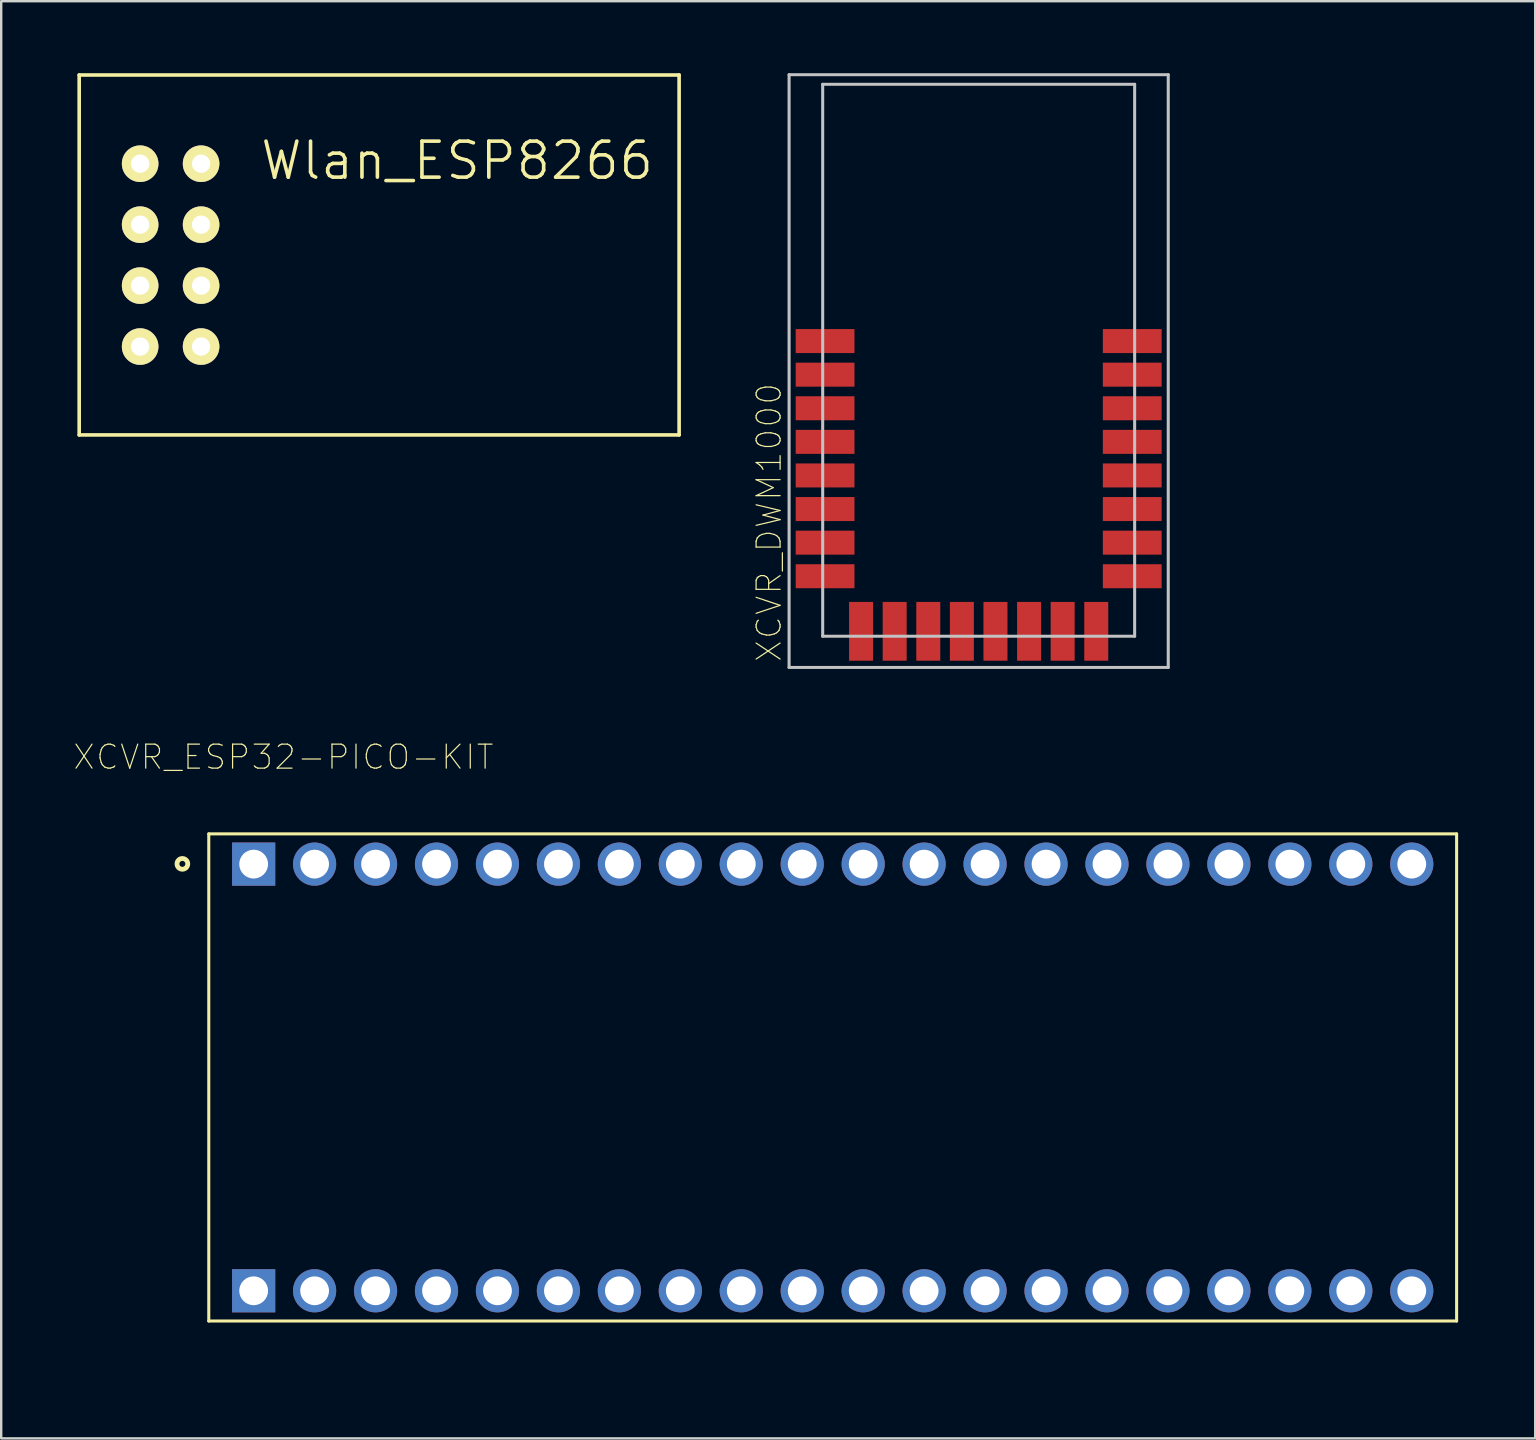
<source format=kicad_pcb>
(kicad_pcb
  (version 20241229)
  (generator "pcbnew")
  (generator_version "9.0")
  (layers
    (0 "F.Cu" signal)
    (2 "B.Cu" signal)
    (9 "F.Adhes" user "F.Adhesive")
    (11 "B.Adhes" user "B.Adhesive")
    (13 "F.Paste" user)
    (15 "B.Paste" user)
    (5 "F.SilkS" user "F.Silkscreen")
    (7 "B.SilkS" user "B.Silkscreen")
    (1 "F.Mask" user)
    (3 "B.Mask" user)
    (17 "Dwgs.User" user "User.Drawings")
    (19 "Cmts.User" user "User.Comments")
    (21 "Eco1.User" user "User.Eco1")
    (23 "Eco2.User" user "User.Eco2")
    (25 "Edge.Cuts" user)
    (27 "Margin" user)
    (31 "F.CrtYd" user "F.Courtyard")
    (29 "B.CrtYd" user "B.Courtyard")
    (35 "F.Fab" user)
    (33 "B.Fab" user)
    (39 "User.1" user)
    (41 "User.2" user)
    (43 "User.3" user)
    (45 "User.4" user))
  (footprint "XCVR_ESP32-PICO-KIT"
    (layer "F.Cu")
    (at 31.65 41.849)
    (property "Reference" "XCVR_ESP32-PICO-KIT" (at -22.889 -13.35 0) (layer "F.SilkS") (effects (font (size 1 1) (thickness 0.05))))
    (attr through_hole)
    (fp_line (start -26 -10.15) (end 26 -10.15) (stroke (width 0.127) (type solid)) (layer "F.SilkS"))
    (fp_line (start -26 10.15) (end -26 -10.15) (stroke (width 0.127) (type solid)) (layer "F.SilkS"))
    (fp_line (start 26 -10.15) (end 26 10.15) (stroke (width 0.127) (type solid)) (layer "F.SilkS"))
    (fp_line (start 26 10.15) (end -26 10.15) (stroke (width 0.127) (type solid)) (layer "F.SilkS"))
    (fp_circle (center -27.1 -8.9) (end -26.876 -8.9) (stroke (width 0.2) (type solid)) (fill no) (layer "F.SilkS"))
    (fp_line (start -26.25 -10.4) (end 26.25 -10.4) (stroke (width 0.05) (type solid)) (layer "Eco1.User"))
    (fp_line (start -26.25 10.4) (end -26.25 -10.4) (stroke (width 0.05) (type solid)) (layer "Eco1.User"))
    (fp_line (start 26.25 -10.4) (end 26.25 10.4) (stroke (width 0.05) (type solid)) (layer "Eco1.User"))
    (fp_line (start 26.25 10.4) (end -26.25 10.4) (stroke (width 0.05) (type solid)) (layer "Eco1.User"))
    (fp_line (start -26 -10.15) (end 26 -10.15) (stroke (width 0.127) (type solid)) (layer "Eco2.User"))
    (fp_line (start -26 10.15) (end -26 -10.15) (stroke (width 0.127) (type solid)) (layer "Eco2.User"))
    (fp_line (start 26 -10.15) (end 26 10.15) (stroke (width 0.127) (type solid)) (layer "Eco2.User"))
    (fp_line (start 26 10.15) (end -26 10.15) (stroke (width 0.127) (type solid)) (layer "Eco2.User"))
    (fp_text user "" (at -25.941 11.953 0) (layer "F.SilkS") (effects (font (size 1 1) (thickness 0.05))))
    (fp_text user "" (at -25.922 -10.505 0) (layer "F.SilkS") (effects (font (size 1 1) (thickness 0.05))))
    (fp_text user "" (at 23.506 11.944 0) (layer "F.SilkS") (effects (font (size 1 1) (thickness 0.05))))
    (fp_text user "" (at 23 -10.506 0) (layer "F.SilkS") (effects (font (size 1 1) (thickness 0.05))))
    (pad "J2_1" thru_hole rect (at -24.13 -8.89) (size 1.8 1.8) (drill 1.2) (layers "*.Cu" "*.Mask"))
    (pad "J2_2" thru_hole circle (at -21.59 -8.89) (size 1.8 1.8) (drill 1.2) (layers "*.Cu" "*.Mask"))
    (pad "J2_3" thru_hole circle (at -19.05 -8.89) (size 1.8 1.8) (drill 1.2) (layers "*.Cu" "*.Mask"))
    (pad "J2_4" thru_hole circle (at -16.51 -8.89) (size 1.8 1.8) (drill 1.2) (layers "*.Cu" "*.Mask"))
    (pad "J2_5" thru_hole circle (at -13.97 -8.89) (size 1.8 1.8) (drill 1.2) (layers "*.Cu" "*.Mask"))
    (pad "J2_6" thru_hole circle (at -11.43 -8.89) (size 1.8 1.8) (drill 1.2) (layers "*.Cu" "*.Mask"))
    (pad "J2_7" thru_hole circle (at -8.89 -8.89) (size 1.8 1.8) (drill 1.2) (layers "*.Cu" "*.Mask"))
    (pad "J2_8" thru_hole circle (at -6.35 -8.89) (size 1.8 1.8) (drill 1.2) (layers "*.Cu" "*.Mask"))
    (pad "J2_9" thru_hole circle (at -3.81 -8.89) (size 1.8 1.8) (drill 1.2) (layers "*.Cu" "*.Mask"))
    (pad "J2_10" thru_hole circle (at -1.27 -8.89) (size 1.8 1.8) (drill 1.2) (layers "*.Cu" "*.Mask"))
    (pad "J2_11" thru_hole circle (at 1.27 -8.89) (size 1.8 1.8) (drill 1.2) (layers "*.Cu" "*.Mask"))
    (pad "J2_12" thru_hole circle (at 3.81 -8.89) (size 1.8 1.8) (drill 1.2) (layers "*.Cu" "*.Mask"))
    (pad "J2_13" thru_hole circle (at 6.35 -8.89) (size 1.8 1.8) (drill 1.2) (layers "*.Cu" "*.Mask"))
    (pad "J2_14" thru_hole circle (at 8.89 -8.89) (size 1.8 1.8) (drill 1.2) (layers "*.Cu" "*.Mask"))
    (pad "J2_15" thru_hole circle (at 11.43 -8.89) (size 1.8 1.8) (drill 1.2) (layers "*.Cu" "*.Mask"))
    (pad "J2_16" thru_hole circle (at 13.97 -8.89) (size 1.8 1.8) (drill 1.2) (layers "*.Cu" "*.Mask"))
    (pad "J2_17" thru_hole circle (at 16.51 -8.89) (size 1.8 1.8) (drill 1.2) (layers "*.Cu" "*.Mask"))
    (pad "J2_18" thru_hole circle (at 19.05 -8.89) (size 1.8 1.8) (drill 1.2) (layers "*.Cu" "*.Mask"))
    (pad "J2_19" thru_hole circle (at 21.59 -8.89) (size 1.8 1.8) (drill 1.2) (layers "*.Cu" "*.Mask"))
    (pad "J2_20" thru_hole circle (at 24.13 -8.89) (size 1.8 1.8) (drill 1.2) (layers "*.Cu" "*.Mask"))
    (pad "J3_1" thru_hole rect (at -24.13 8.89) (size 1.8 1.8) (drill 1.2) (layers "*.Cu" "*.Mask"))
    (pad "J3_2" thru_hole circle (at -21.59 8.89) (size 1.8 1.8) (drill 1.2) (layers "*.Cu" "*.Mask"))
    (pad "J3_3" thru_hole circle (at -19.05 8.89) (size 1.8 1.8) (drill 1.2) (layers "*.Cu" "*.Mask"))
    (pad "J3_4" thru_hole circle (at -16.51 8.89) (size 1.8 1.8) (drill 1.2) (layers "*.Cu" "*.Mask"))
    (pad "J3_5" thru_hole circle (at -13.97 8.89) (size 1.8 1.8) (drill 1.2) (layers "*.Cu" "*.Mask"))
    (pad "J3_6" thru_hole circle (at -11.43 8.89) (size 1.8 1.8) (drill 1.2) (layers "*.Cu" "*.Mask"))
    (pad "J3_7" thru_hole circle (at -8.89 8.89) (size 1.8 1.8) (drill 1.2) (layers "*.Cu" "*.Mask"))
    (pad "J3_8" thru_hole circle (at -6.35 8.89) (size 1.8 1.8) (drill 1.2) (layers "*.Cu" "*.Mask"))
    (pad "J3_9" thru_hole circle (at -3.81 8.89) (size 1.8 1.8) (drill 1.2) (layers "*.Cu" "*.Mask"))
    (pad "J3_10" thru_hole circle (at -1.27 8.89) (size 1.8 1.8) (drill 1.2) (layers "*.Cu" "*.Mask"))
    (pad "J3_11" thru_hole circle (at 1.27 8.89) (size 1.8 1.8) (drill 1.2) (layers "*.Cu" "*.Mask"))
    (pad "J3_12" thru_hole circle (at 3.81 8.89) (size 1.8 1.8) (drill 1.2) (layers "*.Cu" "*.Mask"))
    (pad "J3_13" thru_hole circle (at 6.35 8.89) (size 1.8 1.8) (drill 1.2) (layers "*.Cu" "*.Mask"))
    (pad "J3_14" thru_hole circle (at 8.89 8.89) (size 1.8 1.8) (drill 1.2) (layers "*.Cu" "*.Mask"))
    (pad "J3_15" thru_hole circle (at 11.43 8.89) (size 1.8 1.8) (drill 1.2) (layers "*.Cu" "*.Mask"))
    (pad "J3_16" thru_hole circle (at 13.97 8.89) (size 1.8 1.8) (drill 1.2) (layers "*.Cu" "*.Mask"))
    (pad "J3_17" thru_hole circle (at 16.51 8.89) (size 1.8 1.8) (drill 1.2) (layers "*.Cu" "*.Mask"))
    (pad "J3_18" thru_hole circle (at 19.05 8.89) (size 1.8 1.8) (drill 1.2) (layers "*.Cu" "*.Mask"))
    (pad "J3_19" thru_hole circle (at 21.59 8.89) (size 1.8 1.8) (drill 1.2) (layers "*.Cu" "*.Mask"))
    (pad "J3_20" thru_hole circle (at 24.13 8.89) (size 1.8 1.8) (drill 1.2) (layers "*.Cu" "*.Mask")))
  (footprint "Wlan_ESP8266"
    (layer "F.Cu")
    (at 0.25 15.075)
    (property "Reference" "Wlan_ESP8266" (at 15.748 -11.43 0) (layer "F.SilkS") (effects (font (size 1.5 1.5) (thickness 0.15))))
    (attr through_hole)
    (fp_line (start 0 -15) (end 25 -15) (stroke (width 0.15) (type solid)) (layer "F.SilkS"))
    (fp_line (start 0 0) (end 0 -15) (stroke (width 0.15) (type solid)) (layer "F.SilkS"))
    (fp_line (start 25 -15) (end 25 0) (stroke (width 0.15) (type solid)) (layer "F.SilkS"))
    (fp_line (start 25 0) (end 0 0) (stroke (width 0.15) (type solid)) (layer "F.SilkS"))
    (pad "1" thru_hole circle (at 2.54 -11.303) (size 1.524 1.524) (drill 0.762) (layers "*.Cu" "*.Mask" "F.SilkS"))
    (pad "2" thru_hole circle (at 2.54 -8.763) (size 1.524 1.524) (drill 0.762) (layers "*.Cu" "*.Mask" "F.SilkS"))
    (pad "3" thru_hole circle (at 2.54 -6.223) (size 1.524 1.524) (drill 0.762) (layers "*.Cu" "*.Mask" "F.SilkS"))
    (pad "4" thru_hole circle (at 2.54 -3.683) (size 1.524 1.524) (drill 0.762) (layers "*.Cu" "*.Mask" "F.SilkS"))
    (pad "5" thru_hole circle (at 5.08 -11.303) (size 1.524 1.524) (drill 0.762) (layers "*.Cu" "*.Mask" "F.SilkS"))
    (pad "6" thru_hole circle (at 5.08 -8.763) (size 1.524 1.524) (drill 0.762) (layers "*.Cu" "*.Mask" "F.SilkS"))
    (pad "7" thru_hole circle (at 5.08 -6.223) (size 1.524 1.524) (drill 0.762) (layers "*.Cu" "*.Mask" "F.SilkS"))
    (pad "8" thru_hole circle (at 5.08 -3.683) (size 1.524 1.524) (drill 0.762) (layers "*.Cu" "*.Mask" "F.SilkS")))
  (footprint "XCVR_DWM1000"
    (layer "F.Cu")
    (at 37.733 12.963)
    (property "Reference" "XCVR_DWM1000" (at -8.735 5.76 90) (layer "F.SilkS") (effects (font (size 1 1) (thickness 0.05))))
    (attr smd)
    (fp_line (start -7.9 -12.9) (end -7.9 11.8) (stroke (width 0.127) (type solid)) (layer "Dwgs.User"))
    (fp_line (start -7.9 11.8) (end 7.9 11.8) (stroke (width 0.127) (type solid)) (layer "Dwgs.User"))
    (fp_line (start -6.5 -12.5) (end -6.5 10.5) (stroke (width 0.127) (type solid)) (layer "Dwgs.User"))
    (fp_line (start -6.5 10.5) (end 6.5 10.5) (stroke (width 0.127) (type solid)) (layer "Dwgs.User"))
    (fp_line (start 6.5 -12.5) (end -6.5 -12.5) (stroke (width 0.127) (type solid)) (layer "Dwgs.User"))
    (fp_line (start 6.5 10.5) (end 6.5 -12.5) (stroke (width 0.127) (type solid)) (layer "Dwgs.User"))
    (fp_line (start 7.9 -12.9) (end -7.9 -12.9) (stroke (width 0.127) (type solid)) (layer "Dwgs.User"))
    (fp_line (start 7.9 11.8) (end 7.9 -12.9) (stroke (width 0.127) (type solid)) (layer "Dwgs.User"))
    (pad "1" smd rect (at -6.4 -1.8 90) (size 1 2.45) (layers "F.Cu" "F.Mask" "F.Paste"))
    (pad "2" smd rect (at -6.4 -0.4 90) (size 1 2.45) (layers "F.Cu" "F.Mask" "F.Paste"))
    (pad "3" smd rect (at -6.4 1 90) (size 1 2.45) (layers "F.Cu" "F.Mask" "F.Paste"))
    (pad "4" smd rect (at -6.4 2.4 90) (size 1 2.45) (layers "F.Cu" "F.Mask" "F.Paste"))
    (pad "5" smd rect (at -6.4 3.8 90) (size 1 2.45) (layers "F.Cu" "F.Mask" "F.Paste"))
    (pad "6" smd rect (at -6.4 5.2 90) (size 1 2.45) (layers "F.Cu" "F.Mask" "F.Paste"))
    (pad "7" smd rect (at -6.4 6.6 90) (size 1 2.45) (layers "F.Cu" "F.Mask" "F.Paste"))
    (pad "8" smd rect (at -6.4 8 90) (size 1 2.45) (layers "F.Cu" "F.Mask" "F.Paste"))
    (pad "9" smd rect (at -4.9 10.295 180) (size 1 2.45) (layers "F.Cu" "F.Mask" "F.Paste"))
    (pad "10" smd rect (at -3.5 10.295 180) (size 1 2.45) (layers "F.Cu" "F.Mask" "F.Paste"))
    (pad "11" smd rect (at -2.1 10.295 180) (size 1 2.45) (layers "F.Cu" "F.Mask" "F.Paste"))
    (pad "12" smd rect (at -0.7 10.295 180) (size 1 2.45) (layers "F.Cu" "F.Mask" "F.Paste"))
    (pad "13" smd rect (at 0.7 10.295 180) (size 1 2.45) (layers "F.Cu" "F.Mask" "F.Paste"))
    (pad "14" smd rect (at 2.1 10.295 180) (size 1 2.45) (layers "F.Cu" "F.Mask" "F.Paste"))
    (pad "15" smd rect (at 3.5 10.295 180) (size 1 2.45) (layers "F.Cu" "F.Mask" "F.Paste"))
    (pad "16" smd rect (at 4.9 10.295 180) (size 1 2.45) (layers "F.Cu" "F.Mask" "F.Paste"))
    (pad "17" smd rect (at 6.4 8 270) (size 1 2.45) (layers "F.Cu" "F.Mask" "F.Paste"))
    (pad "18" smd rect (at 6.4 6.6 270) (size 1 2.45) (layers "F.Cu" "F.Mask" "F.Paste"))
    (pad "19" smd rect (at 6.4 5.2 270) (size 1 2.45) (layers "F.Cu" "F.Mask" "F.Paste"))
    (pad "20" smd rect (at 6.4 3.8 270) (size 1 2.45) (layers "F.Cu" "F.Mask" "F.Paste"))
    (pad "21" smd rect (at 6.4 2.4 270) (size 1 2.45) (layers "F.Cu" "F.Mask" "F.Paste"))
    (pad "22" smd rect (at 6.4 1 270) (size 1 2.45) (layers "F.Cu" "F.Mask" "F.Paste"))
    (pad "23" smd rect (at 6.4 -0.4 270) (size 1 2.45) (layers "F.Cu" "F.Mask" "F.Paste"))
    (pad "24" smd rect (at 6.4 -1.8 270) (size 1 2.45) (layers "F.Cu" "F.Mask" "F.Paste")))
  (gr_rect
    (start -3 -3)
    (end 60.925 56.89)
    (stroke (width 0.1) (type default))
    (fill no)
    (layer "Edge.Cuts")))
</source>
